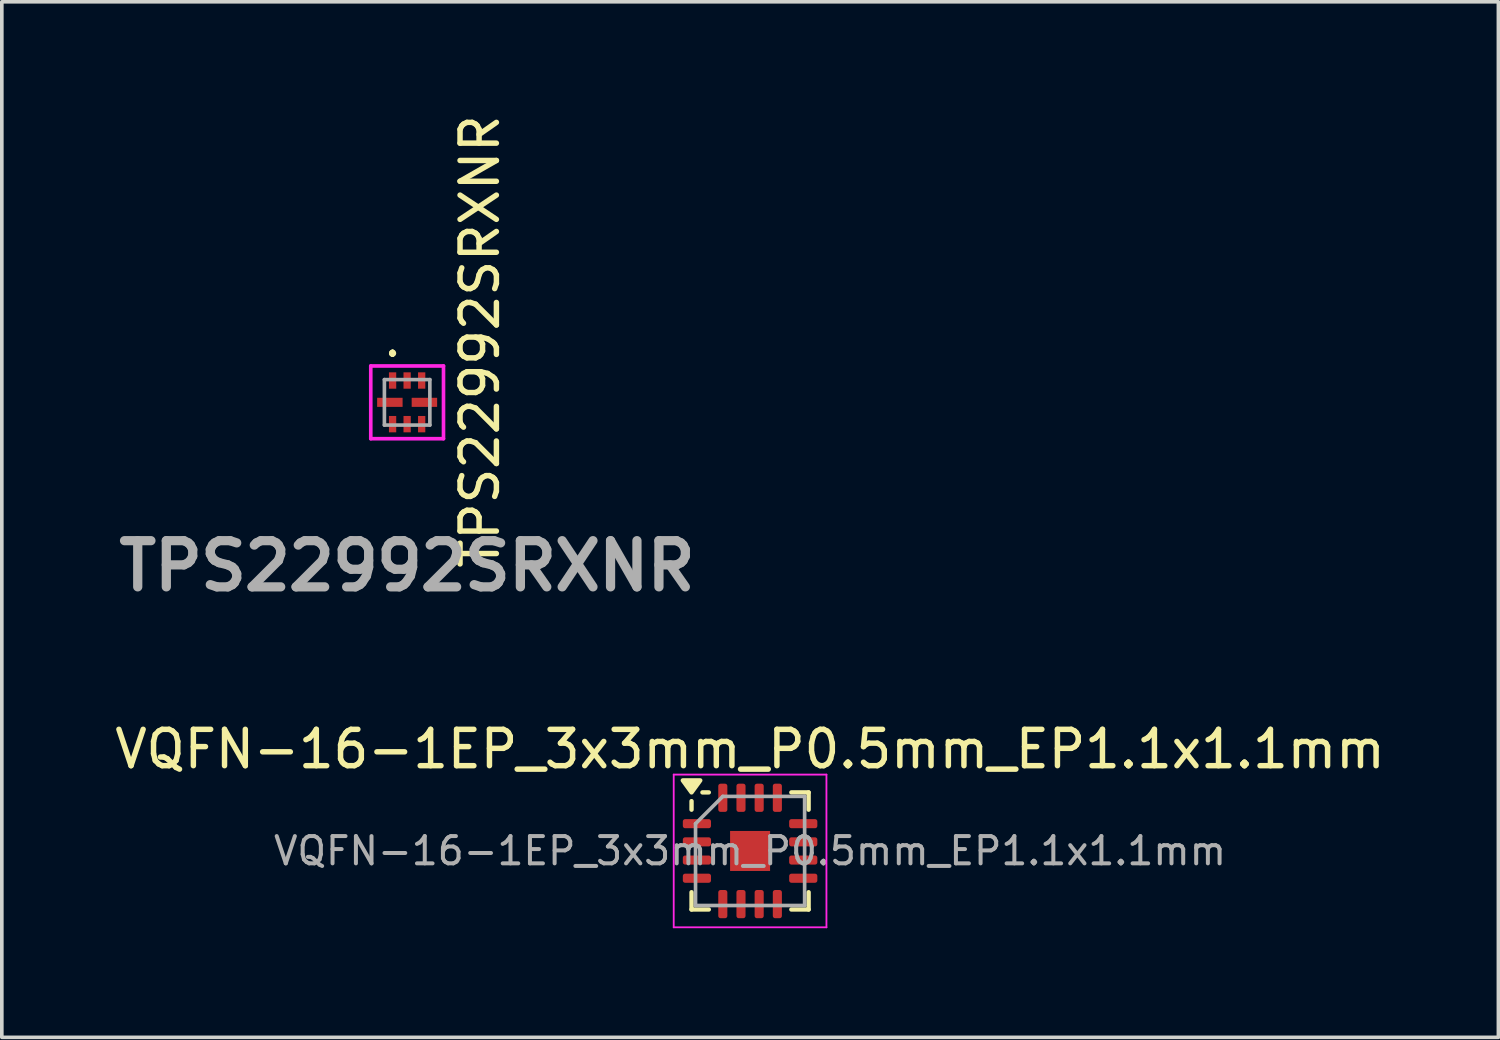
<source format=kicad_pcb>
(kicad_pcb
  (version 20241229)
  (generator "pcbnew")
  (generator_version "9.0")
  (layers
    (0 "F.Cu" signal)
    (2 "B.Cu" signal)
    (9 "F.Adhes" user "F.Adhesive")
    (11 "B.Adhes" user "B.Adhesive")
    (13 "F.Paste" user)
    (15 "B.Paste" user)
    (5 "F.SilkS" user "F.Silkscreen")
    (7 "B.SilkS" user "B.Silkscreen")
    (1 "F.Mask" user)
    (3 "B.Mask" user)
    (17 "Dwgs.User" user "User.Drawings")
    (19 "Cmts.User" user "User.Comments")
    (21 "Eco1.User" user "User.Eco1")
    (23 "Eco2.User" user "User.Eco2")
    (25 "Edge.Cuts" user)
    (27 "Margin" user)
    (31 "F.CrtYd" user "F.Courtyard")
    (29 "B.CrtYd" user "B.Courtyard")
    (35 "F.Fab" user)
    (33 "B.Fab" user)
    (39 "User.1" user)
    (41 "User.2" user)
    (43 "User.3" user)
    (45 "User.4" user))
  (footprint "TPS22992SRXNR"
    (layer "F.Cu")
    (at 8.146 8.014)
    (property "Reference" "TPS22992SRXNR" (at 2 -1.675 270) (layer "F.SilkS") (effects (font (size 1 1) (thickness 0.15))))
    (attr smd)
    (fp_line (start -0.4 -1.4) (end -0.4 -1.4) (stroke (width 0.1) (type solid)) (layer "F.SilkS"))
    (fp_line (start -0.4 -1.4) (end -0.4 -1.4) (stroke (width 0.1) (type solid)) (layer "F.SilkS"))
    (fp_line (start -0.4 -1.3) (end -0.4 -1.3) (stroke (width 0.1) (type solid)) (layer "F.SilkS"))
    (fp_arc (start -0.4 -1.4) (mid -0.35 -1.35) (end -0.4 -1.3) (stroke (width 0.1) (type solid)) (layer "F.SilkS"))
    (fp_arc (start -0.4 -1.3) (mid -0.45 -1.35) (end -0.4 -1.4) (stroke (width 0.1) (type solid)) (layer "F.SilkS"))
    (fp_arc (start -0.4 -1.3) (mid -0.45 -1.35) (end -0.4 -1.4) (stroke (width 0.1) (type solid)) (layer "F.SilkS"))
    (fp_line (start -1 -1) (end 1 -1) (stroke (width 0.1) (type solid)) (layer "F.CrtYd"))
    (fp_line (start -1 1) (end -1 -1) (stroke (width 0.1) (type solid)) (layer "F.CrtYd"))
    (fp_line (start 1 -1) (end 1 1) (stroke (width 0.1) (type solid)) (layer "F.CrtYd"))
    (fp_line (start 1 1) (end -1 1) (stroke (width 0.1) (type solid)) (layer "F.CrtYd"))
    (fp_line (start -0.625 -0.625) (end -0.625 0.625) (stroke (width 0.1) (type solid)) (layer "F.Fab"))
    (fp_line (start -0.625 0.625) (end 0.625 0.625) (stroke (width 0.1) (type solid)) (layer "F.Fab"))
    (fp_line (start 0.625 -0.625) (end -0.625 -0.625) (stroke (width 0.1) (type solid)) (layer "F.Fab"))
    (fp_line (start 0.625 0.625) (end 0.625 -0.625) (stroke (width 0.1) (type solid)) (layer "F.Fab"))
    (fp_text user "${REFERENCE}" (at 0 4.5 0) (layer "F.Fab") (effects (font (size 1.27 1.27) (thickness 0.254))))
    (pad "1" smd rect (at -0.4 -0.6) (size 0.2 0.45) (layers "F.Cu" "F.Mask" "F.Paste"))
    (pad "2" smd rect (at -0.475 0 90) (size 0.25 0.7) (layers "F.Cu" "F.Mask" "F.Paste"))
    (pad "3" smd rect (at -0.4 0.6) (size 0.2 0.45) (layers "F.Cu" "F.Mask" "F.Paste"))
    (pad "4" smd rect (at 0 0.6) (size 0.2 0.45) (layers "F.Cu" "F.Mask" "F.Paste"))
    (pad "5" smd rect (at 0.4 0.6) (size 0.2 0.45) (layers "F.Cu" "F.Mask" "F.Paste"))
    (pad "6" smd rect (at 0.475 0 90) (size 0.25 0.7) (layers "F.Cu" "F.Mask" "F.Paste"))
    (pad "7" smd rect (at 0.4 -0.6) (size 0.2 0.45) (layers "F.Cu" "F.Mask" "F.Paste"))
    (pad "8" smd rect (at 0 -0.6) (size 0.2 0.45) (layers "F.Cu" "F.Mask" "F.Paste")))
  (footprint "VQFN-16-1EP_3x3mm_P0.5mm_EP1.1x1.1mm"
    (layer "F.Cu")
    (at 17.577 20.351)
    (property "Reference" "VQFN-16-1EP_3x3mm_P0.5mm_EP1.1x1.1mm" (at 0 -2.8 0) (layer "F.SilkS") (effects (font (size 1 1) (thickness 0.15))))
    (attr smd)
    (fp_line (start -1.61 -1.135) (end -1.61 -1.37) (stroke (width 0.12) (type solid)) (layer "F.SilkS"))
    (fp_line (start -1.61 1.61) (end -1.61 1.135) (stroke (width 0.12) (type solid)) (layer "F.SilkS"))
    (fp_line (start -1.135 -1.61) (end -1.31 -1.61) (stroke (width 0.12) (type solid)) (layer "F.SilkS"))
    (fp_line (start -1.135 1.61) (end -1.61 1.61) (stroke (width 0.12) (type solid)) (layer "F.SilkS"))
    (fp_line (start 1.135 -1.61) (end 1.61 -1.61) (stroke (width 0.12) (type solid)) (layer "F.SilkS"))
    (fp_line (start 1.135 1.61) (end 1.61 1.61) (stroke (width 0.12) (type solid)) (layer "F.SilkS"))
    (fp_line (start 1.61 -1.61) (end 1.61 -1.135) (stroke (width 0.12) (type solid)) (layer "F.SilkS"))
    (fp_line (start 1.61 1.61) (end 1.61 1.135) (stroke (width 0.12) (type solid)) (layer "F.SilkS"))
    (fp_poly (pts (xy -1.61 -1.61) (xy -1.85 -1.94) (xy -1.37 -1.94) (xy -1.61 -1.61)) (stroke (width 0.12) (type solid)) (fill yes) (layer "F.SilkS"))
    (fp_line (start -2.1 -2.1) (end -2.1 2.1) (stroke (width 0.05) (type solid)) (layer "F.CrtYd"))
    (fp_line (start -2.1 2.1) (end 2.1 2.1) (stroke (width 0.05) (type solid)) (layer "F.CrtYd"))
    (fp_line (start 2.1 -2.1) (end -2.1 -2.1) (stroke (width 0.05) (type solid)) (layer "F.CrtYd"))
    (fp_line (start 2.1 2.1) (end 2.1 -2.1) (stroke (width 0.05) (type solid)) (layer "F.CrtYd"))
    (fp_line (start -1.5 -0.75) (end -0.75 -1.5) (stroke (width 0.1) (type solid)) (layer "F.Fab"))
    (fp_line (start -1.5 1.5) (end -1.5 -0.75) (stroke (width 0.1) (type solid)) (layer "F.Fab"))
    (fp_line (start -0.75 -1.5) (end 1.5 -1.5) (stroke (width 0.1) (type solid)) (layer "F.Fab"))
    (fp_line (start 1.5 -1.5) (end 1.5 1.5) (stroke (width 0.1) (type solid)) (layer "F.Fab"))
    (fp_line (start 1.5 1.5) (end -1.5 1.5) (stroke (width 0.1) (type solid)) (layer "F.Fab"))
    (fp_text user "${REFERENCE}" (at 0 0 0) (layer "F.Fab") (effects (font (size 0.75 0.75) (thickness 0.11))))
    (pad "" smd roundrect (at 0 0) (size 0.89 0.89) (layers "F.Paste") (roundrect_rratio 0.25))
    (pad "1" smd roundrect (at -1.462 -0.75) (size 0.775 0.25) (layers "F.Cu" "F.Mask" "F.Paste") (roundrect_rratio 0.25))
    (pad "2" smd roundrect (at -1.462 -0.25) (size 0.775 0.25) (layers "F.Cu" "F.Mask" "F.Paste") (roundrect_rratio 0.25))
    (pad "3" smd roundrect (at -1.462 0.25) (size 0.775 0.25) (layers "F.Cu" "F.Mask" "F.Paste") (roundrect_rratio 0.25))
    (pad "4" smd roundrect (at -1.462 0.75) (size 0.775 0.25) (layers "F.Cu" "F.Mask" "F.Paste") (roundrect_rratio 0.25))
    (pad "5" smd roundrect (at -0.75 1.462) (size 0.25 0.775) (layers "F.Cu" "F.Mask" "F.Paste") (roundrect_rratio 0.25))
    (pad "6" smd roundrect (at -0.25 1.462) (size 0.25 0.775) (layers "F.Cu" "F.Mask" "F.Paste") (roundrect_rratio 0.25))
    (pad "7" smd roundrect (at 0.25 1.462) (size 0.25 0.775) (layers "F.Cu" "F.Mask" "F.Paste") (roundrect_rratio 0.25))
    (pad "8" smd roundrect (at 0.75 1.462) (size 0.25 0.775) (layers "F.Cu" "F.Mask" "F.Paste") (roundrect_rratio 0.25))
    (pad "9" smd roundrect (at 1.462 0.75) (size 0.775 0.25) (layers "F.Cu" "F.Mask" "F.Paste") (roundrect_rratio 0.25))
    (pad "10" smd roundrect (at 1.462 0.25) (size 0.775 0.25) (layers "F.Cu" "F.Mask" "F.Paste") (roundrect_rratio 0.25))
    (pad "11" smd roundrect (at 1.462 -0.25) (size 0.775 0.25) (layers "F.Cu" "F.Mask" "F.Paste") (roundrect_rratio 0.25))
    (pad "12" smd roundrect (at 1.462 -0.75) (size 0.775 0.25) (layers "F.Cu" "F.Mask" "F.Paste") (roundrect_rratio 0.25))
    (pad "13" smd roundrect (at 0.75 -1.462) (size 0.25 0.775) (layers "F.Cu" "F.Mask" "F.Paste") (roundrect_rratio 0.25))
    (pad "14" smd roundrect (at 0.25 -1.462) (size 0.25 0.775) (layers "F.Cu" "F.Mask" "F.Paste") (roundrect_rratio 0.25))
    (pad "15" smd roundrect (at -0.25 -1.462) (size 0.25 0.775) (layers "F.Cu" "F.Mask" "F.Paste") (roundrect_rratio 0.25))
    (pad "16" smd roundrect (at -0.75 -1.462) (size 0.25 0.775) (layers "F.Cu" "F.Mask" "F.Paste") (roundrect_rratio 0.25))
    (pad "17" smd rect (at 0 0) (size 1.1 1.1) (property pad_prop_heatsink) (layers "F.Cu" "F.Mask")))
  (gr_rect
    (start -3 -3)
    (end 38.155 25.476)
    (stroke (width 0.1) (type default))
    (fill no)
    (layer "Edge.Cuts")))
</source>
